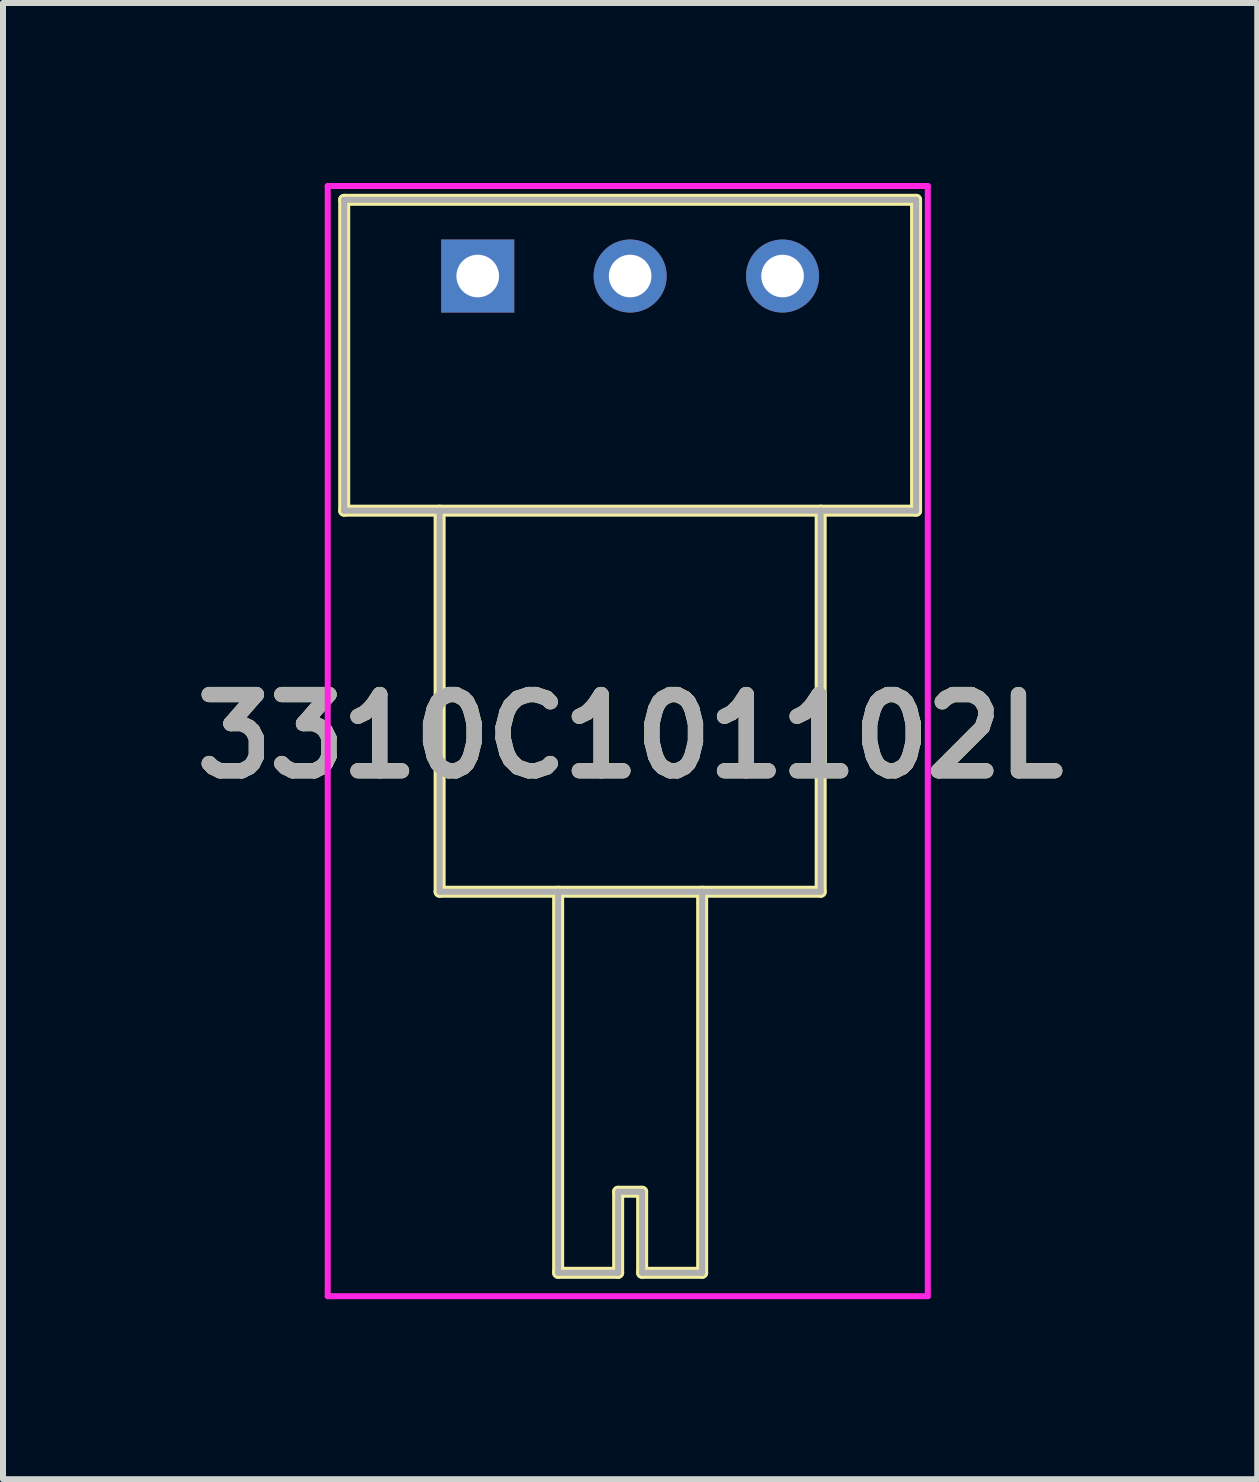
<source format=kicad_pcb>
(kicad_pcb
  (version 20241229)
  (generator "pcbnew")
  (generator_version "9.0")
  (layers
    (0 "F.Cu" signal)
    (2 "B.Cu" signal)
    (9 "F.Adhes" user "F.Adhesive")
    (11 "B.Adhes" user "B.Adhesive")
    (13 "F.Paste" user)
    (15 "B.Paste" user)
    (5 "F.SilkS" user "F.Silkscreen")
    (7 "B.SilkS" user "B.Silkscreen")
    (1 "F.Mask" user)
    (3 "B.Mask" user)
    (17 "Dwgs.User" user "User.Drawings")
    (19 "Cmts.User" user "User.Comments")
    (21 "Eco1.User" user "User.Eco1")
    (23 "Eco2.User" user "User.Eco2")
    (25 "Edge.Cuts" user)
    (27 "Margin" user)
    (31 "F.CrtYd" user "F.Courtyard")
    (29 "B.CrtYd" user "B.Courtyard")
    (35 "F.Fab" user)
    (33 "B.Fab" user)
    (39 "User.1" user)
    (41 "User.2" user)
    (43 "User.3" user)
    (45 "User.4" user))
  (footprint "3310C101102L"
    (layer "F.Cu")
    (at 4.911 1.55)
    (property "Reference" "3310C101102L" (at 2.54 7.67 0) (layer "F.SilkS") (effects (font (size 1.27 1.27) (thickness 0.254))))
    (attr through_hole)
    (fp_line (start -2.225 -1.27) (end 7.305 -1.27) (stroke (width 0.2) (type solid)) (layer "F.SilkS"))
    (fp_line (start -2.225 3.91) (end -2.225 -1.27) (stroke (width 0.2) (type solid)) (layer "F.SilkS"))
    (fp_line (start -0.635 3.91) (end -0.635 10.26) (stroke (width 0.2) (type solid)) (layer "F.SilkS"))
    (fp_line (start -0.635 10.26) (end 5.715 10.26) (stroke (width 0.2) (type solid)) (layer "F.SilkS"))
    (fp_line (start 1.34 10.26) (end 1.34 16.61) (stroke (width 0.2) (type solid)) (layer "F.SilkS"))
    (fp_line (start 1.34 16.61) (end 2.34 16.61) (stroke (width 0.2) (type solid)) (layer "F.SilkS"))
    (fp_line (start 2.34 15.26) (end 2.74 15.26) (stroke (width 0.2) (type solid)) (layer "F.SilkS"))
    (fp_line (start 2.34 16.61) (end 2.34 15.26) (stroke (width 0.2) (type solid)) (layer "F.SilkS"))
    (fp_line (start 2.74 15.26) (end 2.74 16.61) (stroke (width 0.2) (type solid)) (layer "F.SilkS"))
    (fp_line (start 2.74 16.61) (end 3.74 16.61) (stroke (width 0.2) (type solid)) (layer "F.SilkS"))
    (fp_line (start 3.74 16.61) (end 3.74 10.26) (stroke (width 0.2) (type solid)) (layer "F.SilkS"))
    (fp_line (start 5.715 10.26) (end 5.715 3.91) (stroke (width 0.2) (type solid)) (layer "F.SilkS"))
    (fp_line (start 7.305 -1.27) (end 7.305 3.91) (stroke (width 0.2) (type solid)) (layer "F.SilkS"))
    (fp_line (start 7.305 3.91) (end -2.225 3.91) (stroke (width 0.2) (type solid)) (layer "F.SilkS"))
    (fp_line (start -2.5 -1.5) (end 7.5 -1.5) (stroke (width 0.1) (type solid)) (layer "F.CrtYd"))
    (fp_line (start -2.5 17) (end -2.5 -1.5) (stroke (width 0.1) (type solid)) (layer "F.CrtYd"))
    (fp_line (start 7.5 -1.5) (end 7.5 17) (stroke (width 0.1) (type solid)) (layer "F.CrtYd"))
    (fp_line (start 7.5 17) (end -2.5 17) (stroke (width 0.1) (type solid)) (layer "F.CrtYd"))
    (fp_line (start -2.225 -1.27) (end 7.305 -1.27) (stroke (width 0.1) (type solid)) (layer "F.Fab"))
    (fp_line (start -2.225 3.91) (end -2.225 -1.27) (stroke (width 0.1) (type solid)) (layer "F.Fab"))
    (fp_line (start -0.635 3.91) (end -0.635 10.26) (stroke (width 0.1) (type solid)) (layer "F.Fab"))
    (fp_line (start -0.635 10.26) (end 5.715 10.26) (stroke (width 0.1) (type solid)) (layer "F.Fab"))
    (fp_line (start 1.34 10.26) (end 1.34 16.61) (stroke (width 0.1) (type solid)) (layer "F.Fab"))
    (fp_line (start 1.34 16.61) (end 2.34 16.61) (stroke (width 0.1) (type solid)) (layer "F.Fab"))
    (fp_line (start 2.34 15.26) (end 2.74 15.26) (stroke (width 0.1) (type solid)) (layer "F.Fab"))
    (fp_line (start 2.34 16.61) (end 2.34 15.26) (stroke (width 0.1) (type solid)) (layer "F.Fab"))
    (fp_line (start 2.74 15.26) (end 2.74 16.61) (stroke (width 0.1) (type solid)) (layer "F.Fab"))
    (fp_line (start 2.74 16.61) (end 3.74 16.61) (stroke (width 0.1) (type solid)) (layer "F.Fab"))
    (fp_line (start 3.74 16.61) (end 3.74 10.26) (stroke (width 0.1) (type solid)) (layer "F.Fab"))
    (fp_line (start 5.715 3.91) (end 5.715 3.91) (stroke (width 0.1) (type solid)) (layer "F.Fab"))
    (fp_line (start 5.715 10.26) (end 5.715 3.91) (stroke (width 0.1) (type solid)) (layer "F.Fab"))
    (fp_line (start 7.305 -1.27) (end 7.305 3.91) (stroke (width 0.1) (type solid)) (layer "F.Fab"))
    (fp_line (start 7.305 3.91) (end -2.225 3.91) (stroke (width 0.1) (type solid)) (layer "F.Fab"))
    (fp_text user "${REFERENCE}" (at 2.54 7.67 0) (layer "F.Fab") (effects (font (size 1.27 1.27) (thickness 0.254))))
    (pad "1" thru_hole rect (at 0 0) (size 1.217 1.217) (drill 0.71) (layers "*.Cu" "*.Mask"))
    (pad "2" thru_hole circle (at 2.54 0) (size 1.217 1.217) (drill 0.71) (layers "*.Cu" "*.Mask"))
    (pad "3" thru_hole circle (at 5.08 0) (size 1.217 1.217) (drill 0.71) (layers "*.Cu" "*.Mask")))
  (gr_rect
    (start -3 -3)
    (end 17.901 21.6)
    (stroke (width 0.1) (type default))
    (fill no)
    (layer "Edge.Cuts")))
</source>
